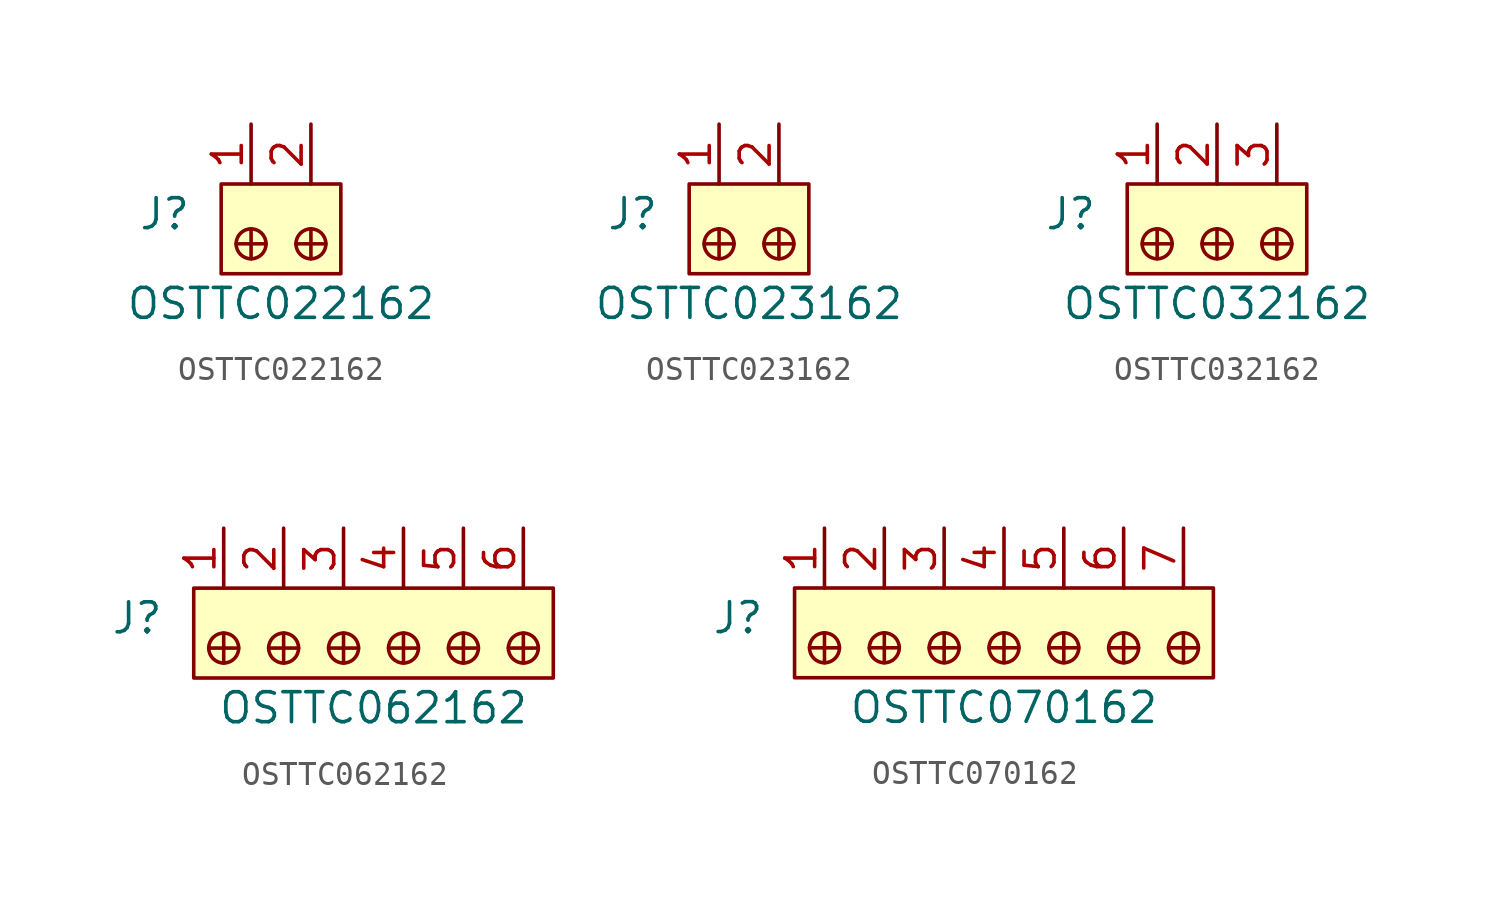
<source format=kicad_sym>
(kicad_symbol_lib
  (version 20211014)
  (generator kicad_symbol_editor)
  (symbol "OSTTC022162"
    (pin_names
      (offset 1.016))
    (property "Reference" "J"
      (at -2.54 -1.27 0)
      (effects (font (size 1.27 1.27)) (justify right)))
    (property "Value" "OSTTC022162"
      (at 1.27 -5.08 0)
      (effects (font (size 1.27 1.27))))
    (symbol "OSTTC022162_1_1"
      (rectangle (start -1.27 0) (end 3.81 -3.81) (stroke (width 0) (type default) (color 0 0 0 0)) (fill (type background)))
      (circle (center 0 -2.54) (radius 0.635) (stroke (width 0) (type default) (color 0 0 0 0)) (fill (type none)))
      (polyline (pts (xy 0 -1.905) (xy 0 -3.175)) (stroke (width 0) (type default) (color 0 0 0 0)) (fill (type none)))
      (polyline (pts (xy 0.635 -2.54) (xy -0.635 -2.54)) (stroke (width 0) (type default) (color 0 0 0 0)) (fill (type none)))
      (polyline (pts (xy 1.905 -2.54) (xy 3.175 -2.54)) (stroke (width 0) (type default) (color 0 0 0 0)) (fill (type none)))
      (polyline (pts (xy 2.54 -1.905) (xy 2.54 -3.175)) (stroke (width 0) (type default) (color 0 0 0 0)) (fill (type none)))
      (circle (center 2.54 -2.54) (radius 0.635) (stroke (width 0) (type default) (color 0 0 0 0)) (fill (type none)))
      (pin passive line (at 0 2.54 270) (length 2.54) (name "~" (effects (font (size 1.27 1.27)))) (number "1" (effects (font (size 1.27 1.27)))))
      (pin passive line (at 2.54 2.54 270) (length 2.54) (name "~" (effects (font (size 1.27 1.27)))) (number "2" (effects (font (size 1.27 1.27)))))))
  (symbol "OSTTC023162"
    (pin_names
      (offset 1.016))
    (property "Reference" "J"
      (at -2.54 -1.27 0)
      (effects (font (size 1.27 1.27)) (justify right)))
    (property "Value" "OSTTC023162"
      (at 1.27 -5.08 0)
      (effects (font (size 1.27 1.27))))
    (symbol "OSTTC023162_1_1"
      (rectangle (start -1.27 0) (end 3.81 -3.81) (stroke (width 0) (type default) (color 0 0 0 0)) (fill (type background)))
      (circle (center 0 -2.54) (radius 0.635) (stroke (width 0) (type default) (color 0 0 0 0)) (fill (type none)))
      (polyline (pts (xy 0 -1.905) (xy 0 -3.175)) (stroke (width 0) (type default) (color 0 0 0 0)) (fill (type none)))
      (polyline (pts (xy 0.635 -2.54) (xy -0.635 -2.54)) (stroke (width 0) (type default) (color 0 0 0 0)) (fill (type none)))
      (polyline (pts (xy 1.905 -2.54) (xy 3.175 -2.54)) (stroke (width 0) (type default) (color 0 0 0 0)) (fill (type none)))
      (polyline (pts (xy 2.54 -1.905) (xy 2.54 -3.175)) (stroke (width 0) (type default) (color 0 0 0 0)) (fill (type none)))
      (circle (center 2.54 -2.54) (radius 0.635) (stroke (width 0) (type default) (color 0 0 0 0)) (fill (type none)))
      (pin passive line (at 0 2.54 270) (length 2.54) (name "~" (effects (font (size 1.27 1.27)))) (number "1" (effects (font (size 1.27 1.27)))))
      (pin passive line (at 2.54 2.54 270) (length 2.54) (name "~" (effects (font (size 1.27 1.27)))) (number "2" (effects (font (size 1.27 1.27)))))))
  (symbol "OSTTC032162"
    (pin_names
      (offset 1.016))
    (property "Reference" "J"
      (at -2.54 -1.27 0)
      (effects (font (size 1.27 1.27)) (justify right)))
    (property "Value" "OSTTC032162"
      (at 2.54 -5.08 0)
      (effects (font (size 1.27 1.27))))
    (symbol "OSTTC032162_1_1"
      (rectangle (start -1.27 0) (end 6.35 -3.81) (stroke (width 0) (type default) (color 0 0 0 0)) (fill (type background)))
      (circle (center 0 -2.54) (radius 0.635) (stroke (width 0) (type default) (color 0 0 0 0)) (fill (type none)))
      (polyline (pts (xy 0 -1.905) (xy 0 -3.175)) (stroke (width 0) (type default) (color 0 0 0 0)) (fill (type none)))
      (polyline (pts (xy 0.635 -2.54) (xy -0.635 -2.54)) (stroke (width 0) (type default) (color 0 0 0 0)) (fill (type none)))
      (polyline (pts (xy 1.905 -2.54) (xy 3.175 -2.54)) (stroke (width 0) (type default) (color 0 0 0 0)) (fill (type none)))
      (polyline (pts (xy 2.54 -1.905) (xy 2.54 -3.175)) (stroke (width 0) (type default) (color 0 0 0 0)) (fill (type none)))
      (polyline (pts (xy 4.445 -2.54) (xy 5.715 -2.54)) (stroke (width 0) (type default) (color 0 0 0 0)) (fill (type none)))
      (polyline (pts (xy 5.08 -1.905) (xy 5.08 -3.175)) (stroke (width 0) (type default) (color 0 0 0 0)) (fill (type none)))
      (circle (center 2.54 -2.54) (radius 0.635) (stroke (width 0) (type default) (color 0 0 0 0)) (fill (type none)))
      (circle (center 5.08 -2.54) (radius 0.635) (stroke (width 0) (type default) (color 0 0 0 0)) (fill (type none)))
      (pin passive line (at 0 2.54 270) (length 2.54) (name "~" (effects (font (size 1.27 1.27)))) (number "1" (effects (font (size 1.27 1.27)))))
      (pin passive line (at 2.54 2.54 270) (length 2.54) (name "~" (effects (font (size 1.27 1.27)))) (number "2" (effects (font (size 1.27 1.27)))))
      (pin passive line (at 5.08 2.54 270) (length 2.54) (name "~" (effects (font (size 1.27 1.27)))) (number "3" (effects (font (size 1.27 1.27)))))))
  (symbol "OSTTC062162"
    (pin_names
      (offset 1.016))
    (property "Reference" "J"
      (at -2.54 -1.27 0)
      (effects (font (size 1.27 1.27)) (justify right)))
    (property "Value" "OSTTC062162"
      (at 6.35 -5.08 0)
      (effects (font (size 1.27 1.27))))
    (symbol "OSTTC062162_1_1"
      (rectangle (start -1.27 0) (end 13.97 -3.81) (stroke (width 0) (type default) (color 0 0 0 0)) (fill (type background)))
      (circle (center 0 -2.54) (radius 0.635) (stroke (width 0) (type default) (color 0 0 0 0)) (fill (type none)))
      (polyline (pts (xy 0 -1.905) (xy 0 -3.175)) (stroke (width 0) (type default) (color 0 0 0 0)) (fill (type none)))
      (polyline (pts (xy 0.635 -2.54) (xy -0.635 -2.54)) (stroke (width 0) (type default) (color 0 0 0 0)) (fill (type none)))
      (polyline (pts (xy 1.905 -2.54) (xy 3.175 -2.54)) (stroke (width 0) (type default) (color 0 0 0 0)) (fill (type none)))
      (polyline (pts (xy 2.54 -1.905) (xy 2.54 -3.175)) (stroke (width 0) (type default) (color 0 0 0 0)) (fill (type none)))
      (polyline (pts (xy 5.08 -1.905) (xy 5.08 -3.175)) (stroke (width 0) (type default) (color 0 0 0 0)) (fill (type none)))
      (polyline (pts (xy 5.715 -2.54) (xy 4.445 -2.54)) (stroke (width 0) (type default) (color 0 0 0 0)) (fill (type none)))
      (polyline (pts (xy 6.985 -2.54) (xy 8.255 -2.54)) (stroke (width 0) (type default) (color 0 0 0 0)) (fill (type none)))
      (polyline (pts (xy 7.62 -1.905) (xy 7.62 -3.175)) (stroke (width 0) (type default) (color 0 0 0 0)) (fill (type none)))
      (polyline (pts (xy 10.16 -1.905) (xy 10.16 -3.175)) (stroke (width 0) (type default) (color 0 0 0 0)) (fill (type none)))
      (polyline (pts (xy 10.795 -2.54) (xy 9.525 -2.54)) (stroke (width 0) (type default) (color 0 0 0 0)) (fill (type none)))
      (polyline (pts (xy 12.065 -2.54) (xy 13.335 -2.54)) (stroke (width 0) (type default) (color 0 0 0 0)) (fill (type none)))
      (polyline (pts (xy 12.7 -1.905) (xy 12.7 -3.175)) (stroke (width 0) (type default) (color 0 0 0 0)) (fill (type none)))
      (circle (center 2.54 -2.54) (radius 0.635) (stroke (width 0) (type default) (color 0 0 0 0)) (fill (type none)))
      (circle (center 5.08 -2.54) (radius 0.635) (stroke (width 0) (type default) (color 0 0 0 0)) (fill (type none)))
      (circle (center 7.62 -2.54) (radius 0.635) (stroke (width 0) (type default) (color 0 0 0 0)) (fill (type none)))
      (circle (center 10.16 -2.54) (radius 0.635) (stroke (width 0) (type default) (color 0 0 0 0)) (fill (type none)))
      (circle (center 12.7 -2.54) (radius 0.635) (stroke (width 0) (type default) (color 0 0 0 0)) (fill (type none)))
      (pin passive line (at 0 2.54 270) (length 2.54) (name "~" (effects (font (size 1.27 1.27)))) (number "1" (effects (font (size 1.27 1.27)))))
      (pin passive line (at 2.54 2.54 270) (length 2.54) (name "~" (effects (font (size 1.27 1.27)))) (number "2" (effects (font (size 1.27 1.27)))))
      (pin passive line (at 5.08 2.54 270) (length 2.54) (name "~" (effects (font (size 1.27 1.27)))) (number "3" (effects (font (size 1.27 1.27)))))
      (pin passive line (at 7.62 2.54 270) (length 2.54) (name "~" (effects (font (size 1.27 1.27)))) (number "4" (effects (font (size 1.27 1.27)))))
      (pin passive line (at 10.16 2.54 270) (length 2.54) (name "~" (effects (font (size 1.27 1.27)))) (number "5" (effects (font (size 1.27 1.27)))))
      (pin passive line (at 12.7 2.54 270) (length 2.54) (name "~" (effects (font (size 1.27 1.27)))) (number "6" (effects (font (size 1.27 1.27)))))))
  (symbol "OSTTC070162"
    (pin_names
      (offset 1.016))
    (property "Reference" "J"
      (at -2.54 -1.27 0)
      (effects (font (size 1.27 1.27)) (justify right)))
    (property "Value" "OSTTC070162"
      (at 7.62 -5.08 0)
      (effects (font (size 1.27 1.27))))
    (symbol "OSTTC070162_1_1"
      (rectangle (start -1.27 0) (end 16.51 -3.81) (stroke (width 0) (type default) (color 0 0 0 0)) (fill (type background)))
      (circle (center 0 -2.54) (radius 0.635) (stroke (width 0) (type default) (color 0 0 0 0)) (fill (type none)))
      (polyline (pts (xy 0 -1.905) (xy 0 -3.175)) (stroke (width 0) (type default) (color 0 0 0 0)) (fill (type none)))
      (polyline (pts (xy 0.635 -2.54) (xy -0.635 -2.54)) (stroke (width 0) (type default) (color 0 0 0 0)) (fill (type none)))
      (polyline (pts (xy 1.905 -2.54) (xy 3.175 -2.54)) (stroke (width 0) (type default) (color 0 0 0 0)) (fill (type none)))
      (polyline (pts (xy 2.54 -1.905) (xy 2.54 -3.175)) (stroke (width 0) (type default) (color 0 0 0 0)) (fill (type none)))
      (polyline (pts (xy 5.08 -1.905) (xy 5.08 -3.175)) (stroke (width 0) (type default) (color 0 0 0 0)) (fill (type none)))
      (polyline (pts (xy 5.715 -2.54) (xy 4.445 -2.54)) (stroke (width 0) (type default) (color 0 0 0 0)) (fill (type none)))
      (polyline (pts (xy 6.985 -2.54) (xy 8.255 -2.54)) (stroke (width 0) (type default) (color 0 0 0 0)) (fill (type none)))
      (polyline (pts (xy 7.62 -1.905) (xy 7.62 -3.175)) (stroke (width 0) (type default) (color 0 0 0 0)) (fill (type none)))
      (polyline (pts (xy 10.16 -1.905) (xy 10.16 -3.175)) (stroke (width 0) (type default) (color 0 0 0 0)) (fill (type none)))
      (polyline (pts (xy 10.795 -2.54) (xy 9.525 -2.54)) (stroke (width 0) (type default) (color 0 0 0 0)) (fill (type none)))
      (polyline (pts (xy 12.065 -2.54) (xy 13.335 -2.54)) (stroke (width 0) (type default) (color 0 0 0 0)) (fill (type none)))
      (polyline (pts (xy 12.7 -1.905) (xy 12.7 -3.175)) (stroke (width 0) (type default) (color 0 0 0 0)) (fill (type none)))
      (polyline (pts (xy 14.605 -2.54) (xy 15.875 -2.54)) (stroke (width 0) (type default) (color 0 0 0 0)) (fill (type none)))
      (polyline (pts (xy 15.24 -1.905) (xy 15.24 -3.175)) (stroke (width 0) (type default) (color 0 0 0 0)) (fill (type none)))
      (circle (center 2.54 -2.54) (radius 0.635) (stroke (width 0) (type default) (color 0 0 0 0)) (fill (type none)))
      (circle (center 5.08 -2.54) (radius 0.635) (stroke (width 0) (type default) (color 0 0 0 0)) (fill (type none)))
      (circle (center 7.62 -2.54) (radius 0.635) (stroke (width 0) (type default) (color 0 0 0 0)) (fill (type none)))
      (circle (center 10.16 -2.54) (radius 0.635) (stroke (width 0) (type default) (color 0 0 0 0)) (fill (type none)))
      (circle (center 12.7 -2.54) (radius 0.635) (stroke (width 0) (type default) (color 0 0 0 0)) (fill (type none)))
      (circle (center 15.24 -2.54) (radius 0.635) (stroke (width 0) (type default) (color 0 0 0 0)) (fill (type none)))
      (pin passive line (at 0 2.54 270) (length 2.54) (name "~" (effects (font (size 1.27 1.27)))) (number "1" (effects (font (size 1.27 1.27)))))
      (pin passive line (at 2.54 2.54 270) (length 2.54) (name "~" (effects (font (size 1.27 1.27)))) (number "2" (effects (font (size 1.27 1.27)))))
      (pin passive line (at 5.08 2.54 270) (length 2.54) (name "~" (effects (font (size 1.27 1.27)))) (number "3" (effects (font (size 1.27 1.27)))))
      (pin passive line (at 7.62 2.54 270) (length 2.54) (name "~" (effects (font (size 1.27 1.27)))) (number "4" (effects (font (size 1.27 1.27)))))
      (pin passive line (at 10.16 2.54 270) (length 2.54) (name "~" (effects (font (size 1.27 1.27)))) (number "5" (effects (font (size 1.27 1.27)))))
      (pin passive line (at 12.7 2.54 270) (length 2.54) (name "~" (effects (font (size 1.27 1.27)))) (number "6" (effects (font (size 1.27 1.27)))))
      (pin passive line (at 15.24 2.54 270) (length 2.54) (name "~" (effects (font (size 1.27 1.27)))) (number "7" (effects (font (size 1.27 1.27))))))))
</source>
